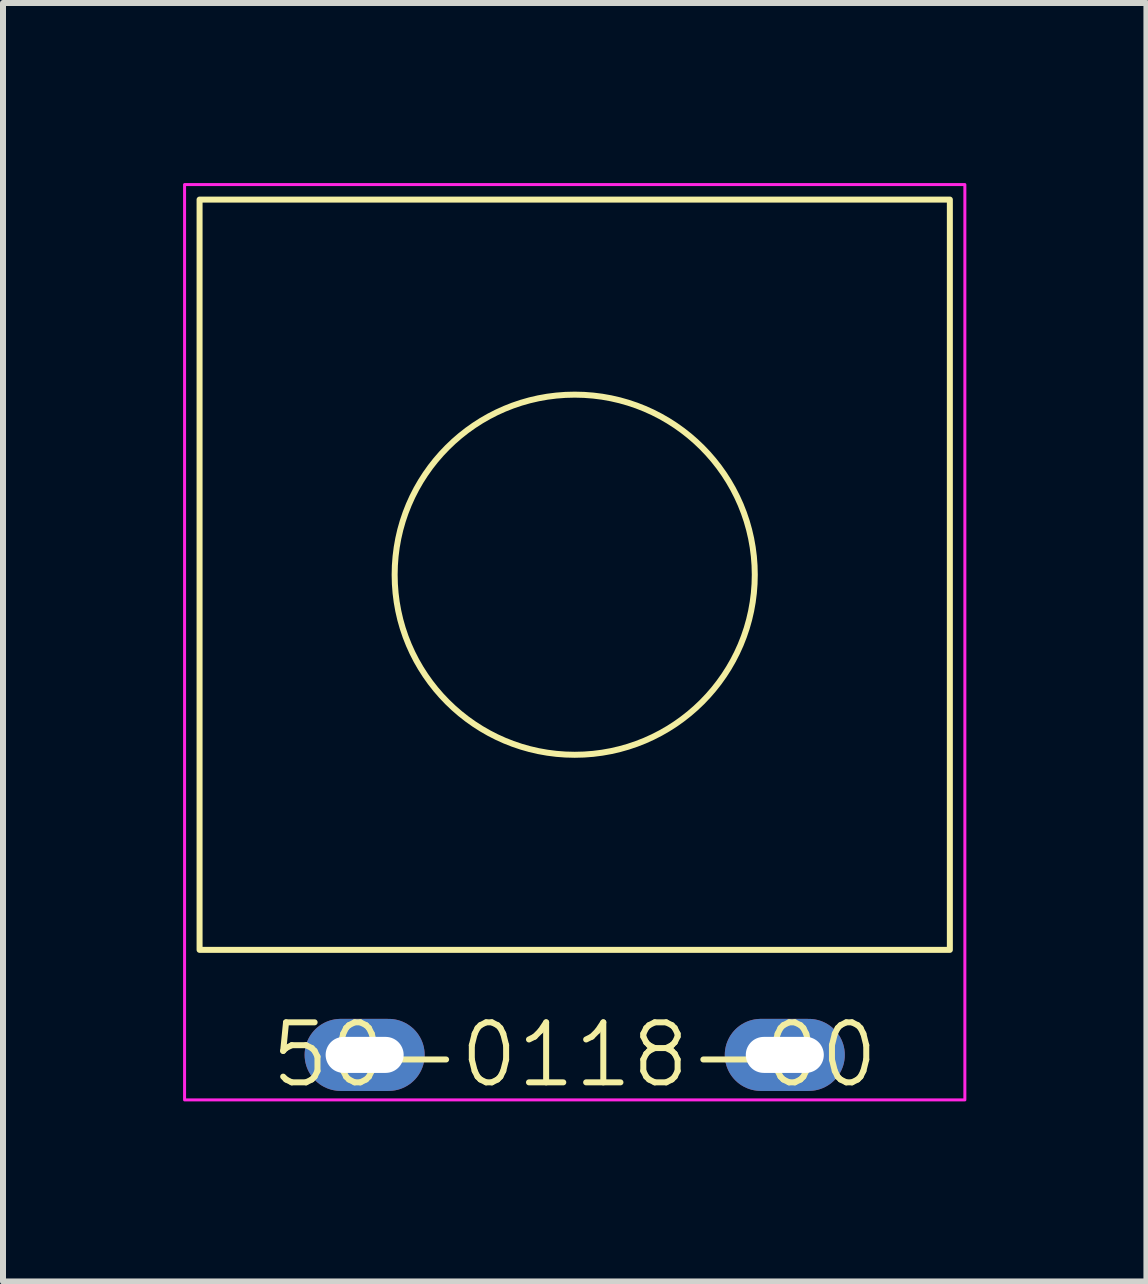
<source format=kicad_pcb>
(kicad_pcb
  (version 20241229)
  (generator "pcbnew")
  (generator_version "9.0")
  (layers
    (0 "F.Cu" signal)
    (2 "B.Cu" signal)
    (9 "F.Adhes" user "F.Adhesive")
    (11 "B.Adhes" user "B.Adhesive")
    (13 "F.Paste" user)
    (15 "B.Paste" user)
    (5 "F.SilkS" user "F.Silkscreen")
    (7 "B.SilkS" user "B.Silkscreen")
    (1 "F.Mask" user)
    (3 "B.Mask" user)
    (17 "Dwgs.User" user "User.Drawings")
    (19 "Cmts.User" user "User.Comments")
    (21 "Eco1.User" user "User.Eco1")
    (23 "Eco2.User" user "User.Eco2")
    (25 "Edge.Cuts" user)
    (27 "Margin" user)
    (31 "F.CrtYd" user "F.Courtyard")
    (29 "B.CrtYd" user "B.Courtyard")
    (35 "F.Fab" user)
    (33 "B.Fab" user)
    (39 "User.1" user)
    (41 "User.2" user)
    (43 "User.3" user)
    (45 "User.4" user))
  (footprint "50-0118-00"
    (layer "F.Cu")
    (at 6.525 14.525)
    (property "Reference" "50-0118-00" (at 0 0 0) (unlocked yes) (layer "F.SilkS") (effects (font (size 1 1) (thickness 0.1))))
    (attr through_hole)
    (fp_rect (start -6.25 -14.25) (end 6.25 -1.75) (stroke (width 0.1) (type solid)) (fill no) (layer "F.SilkS"))
    (fp_circle (center 0 -8) (end 3 -8) (stroke (width 0.1) (type default)) (fill no) (layer "F.SilkS"))
    (fp_rect (start -6.5 -14.5) (end 6.5 0.75) (stroke (width 0.05) (type default)) (fill no) (layer "F.CrtYd"))
    (pad "1" thru_hole oval (at -3.5 0) (size 2 1.2) (drill oval 1.3 0.6) (layers "*.Cu" "*.Mask"))
    (pad "2" thru_hole oval (at 3.5 0) (size 2 1.2) (drill oval 1.3 0.6) (layers "*.Cu" "*.Mask")))
  (gr_rect
    (start -3 -3)
    (end 16.05 18.3)
    (stroke (width 0.1) (type default))
    (fill no)
    (layer "Edge.Cuts")))
</source>
